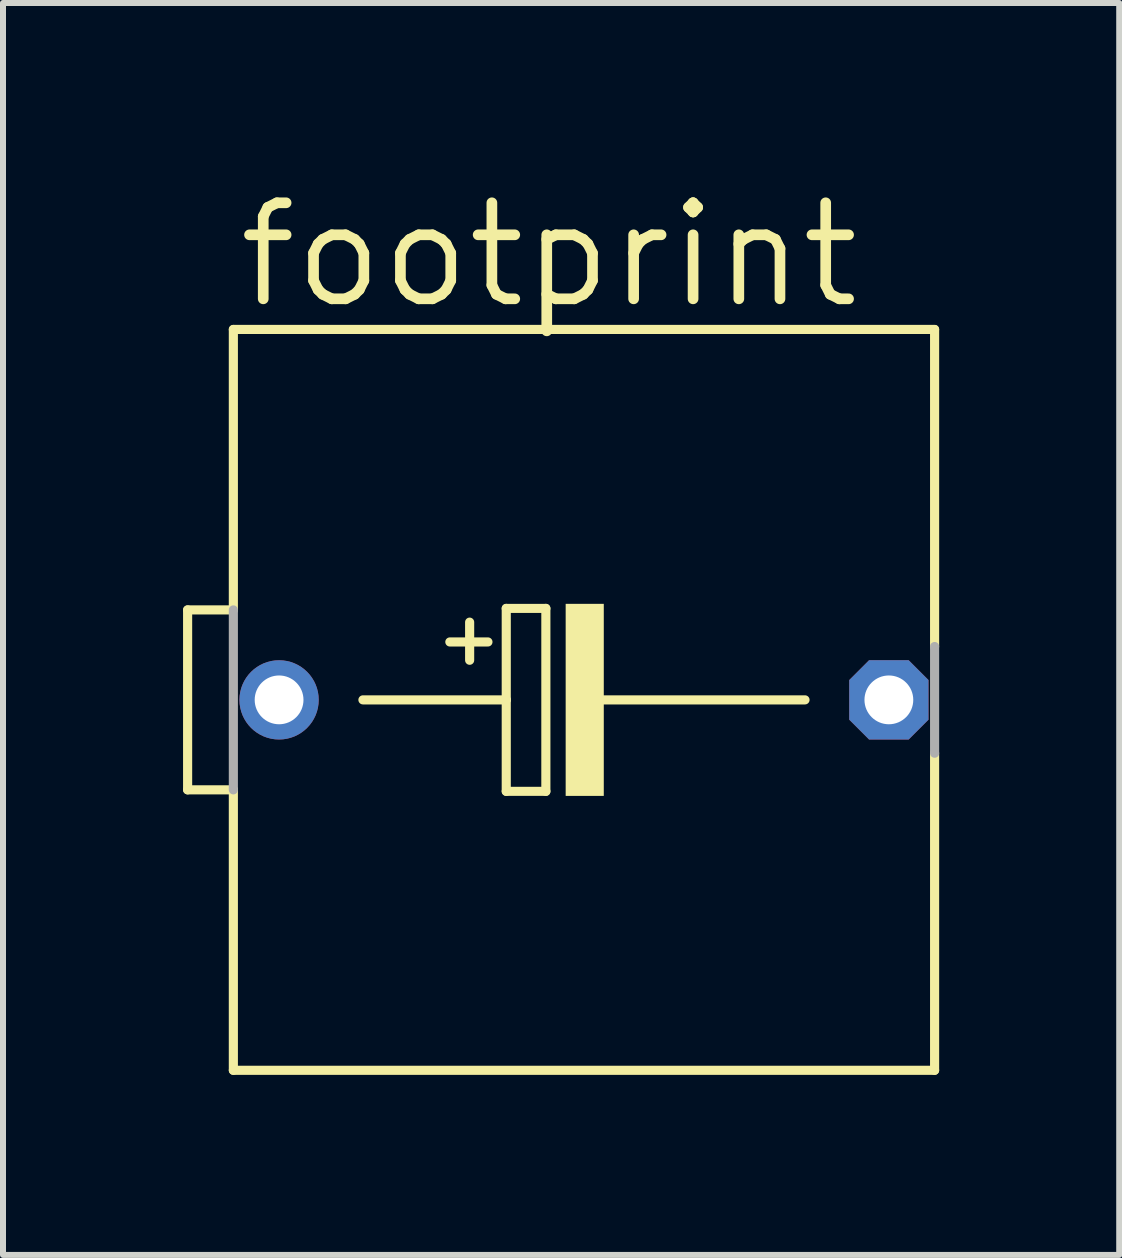
<source format=kicad_pcb>
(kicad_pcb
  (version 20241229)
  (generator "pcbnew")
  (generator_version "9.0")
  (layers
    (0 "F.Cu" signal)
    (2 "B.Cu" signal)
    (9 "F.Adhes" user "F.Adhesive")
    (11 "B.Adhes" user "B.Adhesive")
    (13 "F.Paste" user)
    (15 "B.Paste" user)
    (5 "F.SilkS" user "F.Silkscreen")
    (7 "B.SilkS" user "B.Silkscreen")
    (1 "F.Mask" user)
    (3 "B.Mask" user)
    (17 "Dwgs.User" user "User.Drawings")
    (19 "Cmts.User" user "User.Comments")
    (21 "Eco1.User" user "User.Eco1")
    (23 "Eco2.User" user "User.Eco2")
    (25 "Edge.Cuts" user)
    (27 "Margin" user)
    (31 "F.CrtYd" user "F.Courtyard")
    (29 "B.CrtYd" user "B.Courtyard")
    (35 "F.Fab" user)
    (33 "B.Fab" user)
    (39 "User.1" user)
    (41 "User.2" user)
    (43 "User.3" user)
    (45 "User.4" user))
  (footprint "footprint"
    (layer "F.Cu")
    (at 6.68 8.611)
    (property "Reference" "footprint" (at -5.842 -6.477 0) (layer "F.SilkS") (effects (font (size 1.6 1.6) (thickness 0.178)) (justify left bottom)))
    (fp_line (start -6.604 -1.499) (end -6.604 1.499) (stroke (width 0.152) (type solid)) (layer "F.SilkS"))
    (fp_line (start -6.604 1.499) (end -5.842 1.499) (stroke (width 0.152) (type solid)) (layer "F.SilkS"))
    (fp_line (start -5.842 -1.499) (end -6.604 -1.499) (stroke (width 0.152) (type solid)) (layer "F.SilkS"))
    (fp_line (start -5.842 -1.499) (end -5.842 -6.172) (stroke (width 0.152) (type solid)) (layer "F.SilkS"))
    (fp_line (start -5.842 6.172) (end -5.842 1.499) (stroke (width 0.152) (type solid)) (layer "F.SilkS"))
    (fp_line (start -5.842 6.172) (end 5.842 6.172) (stroke (width 0.152) (type solid)) (layer "F.SilkS"))
    (fp_line (start -3.683 0) (end -1.295 0) (stroke (width 0.152) (type solid)) (layer "F.SilkS"))
    (fp_line (start -1.905 -1.295) (end -1.905 -0.66) (stroke (width 0.152) (type solid)) (layer "F.SilkS"))
    (fp_line (start -1.6 -0.965) (end -2.235 -0.965) (stroke (width 0.152) (type solid)) (layer "F.SilkS"))
    (fp_line (start -1.295 -1.524) (end -0.635 -1.524) (stroke (width 0.152) (type solid)) (layer "F.SilkS"))
    (fp_line (start -1.295 0) (end -1.295 -1.524) (stroke (width 0.152) (type solid)) (layer "F.SilkS"))
    (fp_line (start -1.295 1.524) (end -1.295 0) (stroke (width 0.152) (type solid)) (layer "F.SilkS"))
    (fp_line (start -0.635 -1.524) (end -0.635 1.524) (stroke (width 0.152) (type solid)) (layer "F.SilkS"))
    (fp_line (start -0.635 1.524) (end -1.295 1.524) (stroke (width 0.152) (type solid)) (layer "F.SilkS"))
    (fp_line (start 0 0) (end 3.683 0) (stroke (width 0.152) (type solid)) (layer "F.SilkS"))
    (fp_line (start 5.842 -6.172) (end -5.842 -6.172) (stroke (width 0.152) (type solid)) (layer "F.SilkS"))
    (fp_line (start 5.842 -0.889) (end 5.842 -6.172) (stroke (width 0.152) (type solid)) (layer "F.SilkS"))
    (fp_line (start 5.842 6.172) (end 5.842 0.889) (stroke (width 0.152) (type solid)) (layer "F.SilkS"))
    (fp_poly (pts (xy -0.305 1.6) (xy 0.33 1.6) (xy 0.33 -1.6) (xy -0.305 -1.6)) (stroke (width 0) (type solid)) (fill yes) (layer "F.SilkS"))
    (fp_line (start -5.842 1.499) (end -5.842 -1.499) (stroke (width 0.152) (type solid)) (layer "F.Fab"))
    (fp_line (start 5.842 -0.889) (end 5.842 0.889) (stroke (width 0.152) (type solid)) (layer "F.Fab"))
    (pad "+" thru_hole circle (at -5.08 0) (size 1.321 1.321) (drill 0.813) (layers "*.Cu" "*.Mask"))
    (pad "-" thru_hole roundrect (at 5.08 0) (size 1.321 1.321) (drill 0.813) (layers "*.Cu" "*.Mask") (roundrect_rratio 0.25) (chamfer_ratio 0.25) (chamfer top_left top_right bottom_left bottom_right)))
  (gr_rect
    (start -3 -3)
    (end 15.598 17.859)
    (stroke (width 0.1) (type default))
    (fill no)
    (layer "Edge.Cuts")))
</source>
